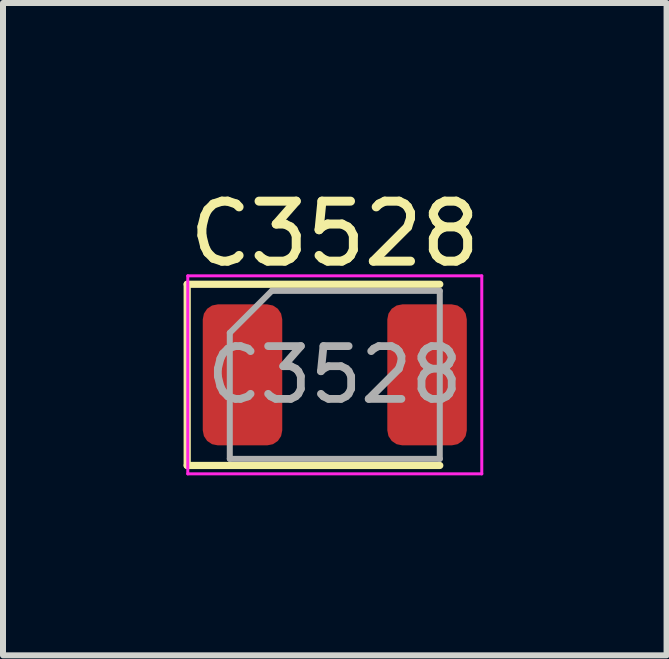
<source format=kicad_pcb>
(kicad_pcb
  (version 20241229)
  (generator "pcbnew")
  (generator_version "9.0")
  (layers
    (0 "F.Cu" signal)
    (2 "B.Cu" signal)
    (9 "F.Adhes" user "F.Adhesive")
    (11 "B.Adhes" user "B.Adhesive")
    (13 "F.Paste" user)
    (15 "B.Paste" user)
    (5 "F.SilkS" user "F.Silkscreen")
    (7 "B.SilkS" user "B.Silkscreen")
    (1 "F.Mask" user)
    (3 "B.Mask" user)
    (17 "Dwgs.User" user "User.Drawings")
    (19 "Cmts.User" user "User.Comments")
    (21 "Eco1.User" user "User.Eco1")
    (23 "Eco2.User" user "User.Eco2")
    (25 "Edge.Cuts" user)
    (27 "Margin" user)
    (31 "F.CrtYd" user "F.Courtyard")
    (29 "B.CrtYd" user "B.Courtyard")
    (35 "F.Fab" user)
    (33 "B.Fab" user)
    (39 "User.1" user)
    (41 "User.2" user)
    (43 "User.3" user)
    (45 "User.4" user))
  (footprint "C3528"
    (layer "F.Cu")
    (at 2.53 3.198)
    (property "Reference" "C3528" (at 0 -2.35 0) (layer "F.SilkS") (effects (font (size 1 1) (thickness 0.15))))
    (attr smd)
    (fp_line (start -2.46 -1.51) (end -2.46 1.51) (stroke (width 0.12) (type solid)) (layer "F.SilkS"))
    (fp_line (start -2.46 1.51) (end 1.75 1.51) (stroke (width 0.12) (type solid)) (layer "F.SilkS"))
    (fp_line (start 1.75 -1.51) (end -2.46 -1.51) (stroke (width 0.12) (type solid)) (layer "F.SilkS"))
    (fp_line (start -2.45 -1.65) (end 2.45 -1.65) (stroke (width 0.05) (type solid)) (layer "F.CrtYd"))
    (fp_line (start -2.45 1.65) (end -2.45 -1.65) (stroke (width 0.05) (type solid)) (layer "F.CrtYd"))
    (fp_line (start 2.45 -1.65) (end 2.45 1.65) (stroke (width 0.05) (type solid)) (layer "F.CrtYd"))
    (fp_line (start 2.45 1.65) (end -2.45 1.65) (stroke (width 0.05) (type solid)) (layer "F.CrtYd"))
    (fp_line (start -1.75 -0.7) (end -1.75 1.4) (stroke (width 0.1) (type solid)) (layer "F.Fab"))
    (fp_line (start -1.75 1.4) (end 1.75 1.4) (stroke (width 0.1) (type solid)) (layer "F.Fab"))
    (fp_line (start -1.05 -1.4) (end -1.75 -0.7) (stroke (width 0.1) (type solid)) (layer "F.Fab"))
    (fp_line (start 1.75 -1.4) (end -1.05 -1.4) (stroke (width 0.1) (type solid)) (layer "F.Fab"))
    (fp_line (start 1.75 1.4) (end 1.75 -1.4) (stroke (width 0.1) (type solid)) (layer "F.Fab"))
    (fp_text user "${REFERENCE}" (at 0 0 0) (layer "F.Fab") (effects (font (size 0.88 0.88) (thickness 0.13))))
    (pad "1" smd roundrect (at -1.538 0) (size 1.325 2.35) (layers "F.Cu" "F.Mask" "F.Paste") (roundrect_rratio 0.189))
    (pad "2" smd roundrect (at 1.538 0) (size 1.325 2.35) (layers "F.Cu" "F.Mask" "F.Paste") (roundrect_rratio 0.189)))
  (gr_rect
    (start -3 -3)
    (end 8.06 7.873)
    (stroke (width 0.1) (type default))
    (fill no)
    (layer "Edge.Cuts")))
</source>
